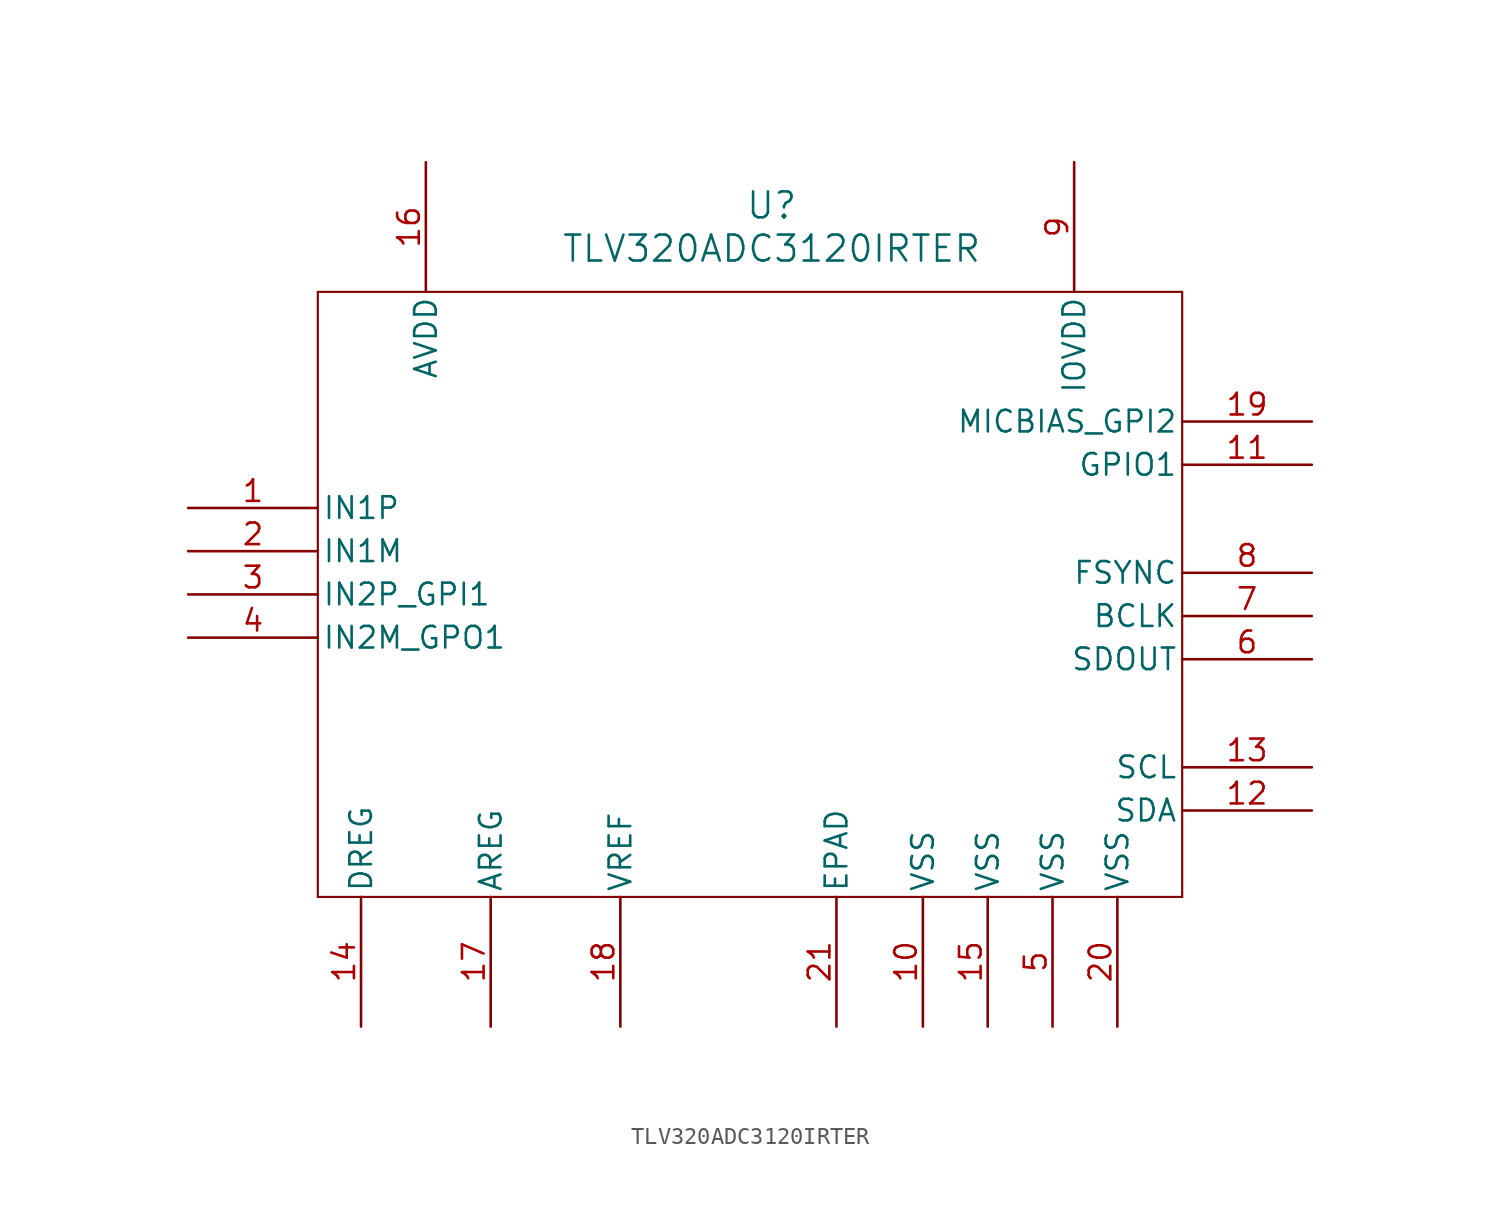
<source format=kicad_sym>
(kicad_symbol_lib
  (version 20220914)
  (generator kicad_symbol_editor)
  (symbol "TLV320ADC3120IRTER"
    (pin_names
      (offset 0.254))
    (property "Reference" "U"
      (at 34.29 10.16 0)
      (effects (font (size 1.524 1.524))))
    (property "Value" "TLV320ADC3120IRTER"
      (at 34.29 7.62 0)
      (effects (font (size 1.524 1.524))))
    (symbol "TLV320ADC3120IRTER_0_1"
      (polyline (pts (xy 7.62 -30.48) (xy 58.42 -30.48)) (stroke (width 0.127) (type default)) (fill (type none)))
      (polyline (pts (xy 7.62 5.08) (xy 7.62 -30.48)) (stroke (width 0.127) (type default)) (fill (type none)))
      (polyline (pts (xy 58.42 -30.48) (xy 58.42 5.08)) (stroke (width 0.127) (type default)) (fill (type none)))
      (polyline (pts (xy 58.42 5.08) (xy 7.62 5.08)) (stroke (width 0.127) (type default)) (fill (type none)))
      (pin input line (at 0 -7.62 0) (length 7.62) (name "IN1P" (effects (font (size 1.27 1.27)))) (number "1" (effects (font (size 1.27 1.27)))))
      (pin power_in line (at 43.18 -38.1 90) (length 7.62) (name "VSS" (effects (font (size 1.27 1.27)))) (number "10" (effects (font (size 1.27 1.27)))))
      (pin input line (at 66.04 -5.08 180) (length 7.62) (name "GPIO1" (effects (font (size 1.27 1.27)))) (number "11" (effects (font (size 1.27 1.27)))))
      (pin input line (at 66.04 -25.4 180) (length 7.62) (name "SDA" (effects (font (size 1.27 1.27)))) (number "12" (effects (font (size 1.27 1.27)))))
      (pin input line (at 66.04 -22.86 180) (length 7.62) (name "SCL" (effects (font (size 1.27 1.27)))) (number "13" (effects (font (size 1.27 1.27)))))
      (pin power_in line (at 10.16 -38.1 90) (length 7.62) (name "DREG" (effects (font (size 1.27 1.27)))) (number "14" (effects (font (size 1.27 1.27)))))
      (pin power_in line (at 46.99 -38.1 90) (length 7.62) (name "VSS" (effects (font (size 1.27 1.27)))) (number "15" (effects (font (size 1.27 1.27)))))
      (pin power_in line (at 13.97 12.7 270) (length 7.62) (name "AVDD" (effects (font (size 1.27 1.27)))) (number "16" (effects (font (size 1.27 1.27)))))
      (pin power_in line (at 17.78 -38.1 90) (length 7.62) (name "AREG" (effects (font (size 1.27 1.27)))) (number "17" (effects (font (size 1.27 1.27)))))
      (pin unspecified line (at 25.4 -38.1 90) (length 7.62) (name "VREF" (effects (font (size 1.27 1.27)))) (number "18" (effects (font (size 1.27 1.27)))))
      (pin input line (at 66.04 -2.54 180) (length 7.62) (name "MICBIAS_GPI2" (effects (font (size 1.27 1.27)))) (number "19" (effects (font (size 1.27 1.27)))))
      (pin input line (at 0 -10.16 0) (length 7.62) (name "IN1M" (effects (font (size 1.27 1.27)))) (number "2" (effects (font (size 1.27 1.27)))))
      (pin power_in line (at 54.61 -38.1 90) (length 7.62) (name "VSS" (effects (font (size 1.27 1.27)))) (number "20" (effects (font (size 1.27 1.27)))))
      (pin power_out line (at 38.1 -38.1 90) (length 7.62) (name "EPAD" (effects (font (size 1.27 1.27)))) (number "21" (effects (font (size 1.27 1.27)))))
      (pin input line (at 0 -12.7 0) (length 7.62) (name "IN2P_GPI1" (effects (font (size 1.27 1.27)))) (number "3" (effects (font (size 1.27 1.27)))))
      (pin input line (at 0 -15.24 0) (length 7.62) (name "IN2M_GPO1" (effects (font (size 1.27 1.27)))) (number "4" (effects (font (size 1.27 1.27)))))
      (pin power_in line (at 50.8 -38.1 90) (length 7.62) (name "VSS" (effects (font (size 1.27 1.27)))) (number "5" (effects (font (size 1.27 1.27)))))
      (pin output line (at 66.04 -16.51 180) (length 7.62) (name "SDOUT" (effects (font (size 1.27 1.27)))) (number "6" (effects (font (size 1.27 1.27)))))
      (pin bidirectional line (at 66.04 -13.97 180) (length 7.62) (name "BCLK" (effects (font (size 1.27 1.27)))) (number "7" (effects (font (size 1.27 1.27)))))
      (pin bidirectional line (at 66.04 -11.43 180) (length 7.62) (name "FSYNC" (effects (font (size 1.27 1.27)))) (number "8" (effects (font (size 1.27 1.27)))))
      (pin power_in line (at 52.07 12.7 270) (length 7.62) (name "IOVDD" (effects (font (size 1.27 1.27)))) (number "9" (effects (font (size 1.27 1.27))))))))
</source>
